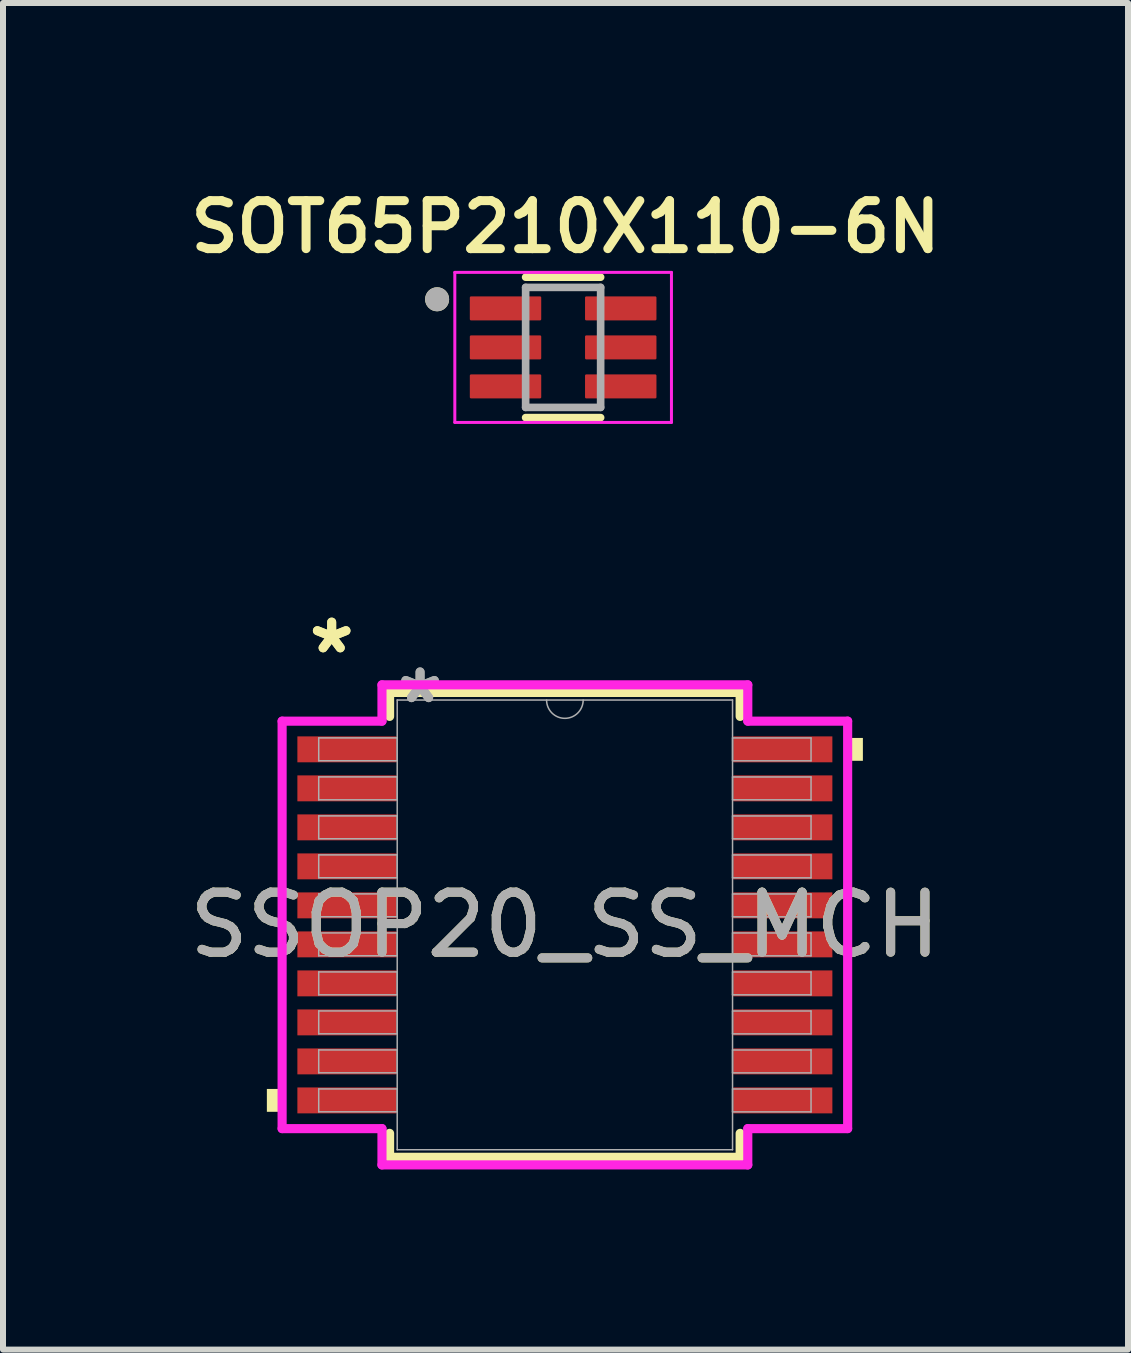
<source format=kicad_pcb>
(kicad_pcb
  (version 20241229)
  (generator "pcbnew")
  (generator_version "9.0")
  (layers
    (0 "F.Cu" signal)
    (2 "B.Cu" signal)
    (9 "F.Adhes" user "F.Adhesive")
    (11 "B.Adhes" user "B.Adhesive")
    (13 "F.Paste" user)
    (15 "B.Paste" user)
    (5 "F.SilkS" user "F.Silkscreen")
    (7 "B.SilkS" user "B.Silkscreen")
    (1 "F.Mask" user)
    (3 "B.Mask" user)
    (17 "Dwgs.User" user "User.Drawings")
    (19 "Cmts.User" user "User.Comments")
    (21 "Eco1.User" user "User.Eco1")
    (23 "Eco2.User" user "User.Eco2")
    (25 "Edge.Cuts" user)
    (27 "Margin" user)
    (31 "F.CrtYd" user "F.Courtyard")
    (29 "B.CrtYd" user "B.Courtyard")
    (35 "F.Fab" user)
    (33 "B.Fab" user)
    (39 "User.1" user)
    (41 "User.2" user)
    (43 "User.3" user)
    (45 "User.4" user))
  (footprint "SSOP20_SS_MCH"
    (layer "F.Cu")
    (at 6.363 12.362)
    (property "Reference" "SSOP20_SS_MCH" (at 0 0 0) (unlocked yes) (layer "F.SilkS") (effects (font (size 1 1) (thickness 0.15))))
    (attr smd)
    (fp_line (start -2.921 -3.873) (end -2.921 -3.474) (stroke (width 0.152) (type solid)) (layer "F.SilkS"))
    (fp_line (start -2.921 3.474) (end -2.921 3.873) (stroke (width 0.152) (type solid)) (layer "F.SilkS"))
    (fp_line (start -2.921 3.873) (end 2.921 3.873) (stroke (width 0.152) (type solid)) (layer "F.SilkS"))
    (fp_line (start 2.921 -3.873) (end -2.921 -3.873) (stroke (width 0.152) (type solid)) (layer "F.SilkS"))
    (fp_line (start 2.921 -3.474) (end 2.921 -3.873) (stroke (width 0.152) (type solid)) (layer "F.SilkS"))
    (fp_line (start 2.921 3.873) (end 2.921 3.474) (stroke (width 0.152) (type solid)) (layer "F.SilkS"))
    (fp_poly (pts (xy -4.966 2.734) (xy -4.966 3.115) (xy -4.712 3.115) (xy -4.712 2.734)) (stroke (width 0) (type solid)) (fill yes) (layer "F.SilkS"))
    (fp_poly (pts (xy 4.966 -3.115) (xy 4.966 -2.734) (xy 4.712 -2.734) (xy 4.712 -3.115)) (stroke (width 0) (type solid)) (fill yes) (layer "F.SilkS"))
    (fp_line (start -4.712 -3.395) (end -3.048 -3.395) (stroke (width 0.152) (type solid)) (layer "F.CrtYd"))
    (fp_line (start -4.712 3.395) (end -4.712 -3.395) (stroke (width 0.152) (type solid)) (layer "F.CrtYd"))
    (fp_line (start -4.712 3.395) (end -3.048 3.395) (stroke (width 0.152) (type solid)) (layer "F.CrtYd"))
    (fp_line (start -3.048 -4) (end 3.048 -4) (stroke (width 0.152) (type solid)) (layer "F.CrtYd"))
    (fp_line (start -3.048 -3.395) (end -3.048 -4) (stroke (width 0.152) (type solid)) (layer "F.CrtYd"))
    (fp_line (start -3.048 4) (end -3.048 3.395) (stroke (width 0.152) (type solid)) (layer "F.CrtYd"))
    (fp_line (start 3.048 -4) (end 3.048 -3.395) (stroke (width 0.152) (type solid)) (layer "F.CrtYd"))
    (fp_line (start 3.048 3.395) (end 3.048 4) (stroke (width 0.152) (type solid)) (layer "F.CrtYd"))
    (fp_line (start 3.048 4) (end -3.048 4) (stroke (width 0.152) (type solid)) (layer "F.CrtYd"))
    (fp_line (start 4.712 -3.395) (end 3.048 -3.395) (stroke (width 0.152) (type solid)) (layer "F.CrtYd"))
    (fp_line (start 4.712 -3.395) (end 4.712 3.395) (stroke (width 0.152) (type solid)) (layer "F.CrtYd"))
    (fp_line (start 4.712 3.395) (end 3.048 3.395) (stroke (width 0.152) (type solid)) (layer "F.CrtYd"))
    (fp_line (start -4.102 -3.116) (end -4.102 -2.735) (stroke (width 0.025) (type solid)) (layer "F.Fab"))
    (fp_line (start -4.102 -2.735) (end -2.794 -2.735) (stroke (width 0.025) (type solid)) (layer "F.Fab"))
    (fp_line (start -4.102 -2.466) (end -4.102 -2.084) (stroke (width 0.025) (type solid)) (layer "F.Fab"))
    (fp_line (start -4.102 -2.084) (end -2.794 -2.084) (stroke (width 0.025) (type solid)) (layer "F.Fab"))
    (fp_line (start -4.102 -1.816) (end -4.102 -1.435) (stroke (width 0.025) (type solid)) (layer "F.Fab"))
    (fp_line (start -4.102 -1.435) (end -2.794 -1.435) (stroke (width 0.025) (type solid)) (layer "F.Fab"))
    (fp_line (start -4.102 -1.166) (end -4.102 -0.785) (stroke (width 0.025) (type solid)) (layer "F.Fab"))
    (fp_line (start -4.102 -0.785) (end -2.794 -0.785) (stroke (width 0.025) (type solid)) (layer "F.Fab"))
    (fp_line (start -4.102 -0.516) (end -4.102 -0.135) (stroke (width 0.025) (type solid)) (layer "F.Fab"))
    (fp_line (start -4.102 -0.135) (end -2.794 -0.135) (stroke (width 0.025) (type solid)) (layer "F.Fab"))
    (fp_line (start -4.102 0.134) (end -4.102 0.515) (stroke (width 0.025) (type solid)) (layer "F.Fab"))
    (fp_line (start -4.102 0.515) (end -2.794 0.515) (stroke (width 0.025) (type solid)) (layer "F.Fab"))
    (fp_line (start -4.102 0.784) (end -4.102 1.165) (stroke (width 0.025) (type solid)) (layer "F.Fab"))
    (fp_line (start -4.102 1.165) (end -2.794 1.165) (stroke (width 0.025) (type solid)) (layer "F.Fab"))
    (fp_line (start -4.102 1.434) (end -4.102 1.815) (stroke (width 0.025) (type solid)) (layer "F.Fab"))
    (fp_line (start -4.102 1.815) (end -2.794 1.815) (stroke (width 0.025) (type solid)) (layer "F.Fab"))
    (fp_line (start -4.102 2.084) (end -4.102 2.465) (stroke (width 0.025) (type solid)) (layer "F.Fab"))
    (fp_line (start -4.102 2.465) (end -2.794 2.465) (stroke (width 0.025) (type solid)) (layer "F.Fab"))
    (fp_line (start -4.102 2.734) (end -4.102 3.115) (stroke (width 0.025) (type solid)) (layer "F.Fab"))
    (fp_line (start -4.102 3.115) (end -2.794 3.115) (stroke (width 0.025) (type solid)) (layer "F.Fab"))
    (fp_line (start -2.794 -3.747) (end -2.794 3.747) (stroke (width 0.025) (type solid)) (layer "F.Fab"))
    (fp_line (start -2.794 -3.116) (end -4.102 -3.116) (stroke (width 0.025) (type solid)) (layer "F.Fab"))
    (fp_line (start -2.794 -2.735) (end -2.794 -3.116) (stroke (width 0.025) (type solid)) (layer "F.Fab"))
    (fp_line (start -2.794 -2.466) (end -4.102 -2.466) (stroke (width 0.025) (type solid)) (layer "F.Fab"))
    (fp_line (start -2.794 -2.084) (end -2.794 -2.466) (stroke (width 0.025) (type solid)) (layer "F.Fab"))
    (fp_line (start -2.794 -1.816) (end -4.102 -1.816) (stroke (width 0.025) (type solid)) (layer "F.Fab"))
    (fp_line (start -2.794 -1.435) (end -2.794 -1.816) (stroke (width 0.025) (type solid)) (layer "F.Fab"))
    (fp_line (start -2.794 -1.166) (end -4.102 -1.166) (stroke (width 0.025) (type solid)) (layer "F.Fab"))
    (fp_line (start -2.794 -0.785) (end -2.794 -1.166) (stroke (width 0.025) (type solid)) (layer "F.Fab"))
    (fp_line (start -2.794 -0.516) (end -4.102 -0.516) (stroke (width 0.025) (type solid)) (layer "F.Fab"))
    (fp_line (start -2.794 -0.135) (end -2.794 -0.516) (stroke (width 0.025) (type solid)) (layer "F.Fab"))
    (fp_line (start -2.794 0.134) (end -4.102 0.134) (stroke (width 0.025) (type solid)) (layer "F.Fab"))
    (fp_line (start -2.794 0.515) (end -2.794 0.134) (stroke (width 0.025) (type solid)) (layer "F.Fab"))
    (fp_line (start -2.794 0.784) (end -4.102 0.784) (stroke (width 0.025) (type solid)) (layer "F.Fab"))
    (fp_line (start -2.794 1.165) (end -2.794 0.784) (stroke (width 0.025) (type solid)) (layer "F.Fab"))
    (fp_line (start -2.794 1.434) (end -4.102 1.434) (stroke (width 0.025) (type solid)) (layer "F.Fab"))
    (fp_line (start -2.794 1.815) (end -2.794 1.434) (stroke (width 0.025) (type solid)) (layer "F.Fab"))
    (fp_line (start -2.794 2.084) (end -4.102 2.084) (stroke (width 0.025) (type solid)) (layer "F.Fab"))
    (fp_line (start -2.794 2.465) (end -2.794 2.084) (stroke (width 0.025) (type solid)) (layer "F.Fab"))
    (fp_line (start -2.794 2.734) (end -4.102 2.734) (stroke (width 0.025) (type solid)) (layer "F.Fab"))
    (fp_line (start -2.794 3.115) (end -2.794 2.734) (stroke (width 0.025) (type solid)) (layer "F.Fab"))
    (fp_line (start -2.794 3.747) (end 2.794 3.747) (stroke (width 0.025) (type solid)) (layer "F.Fab"))
    (fp_line (start 2.794 -3.747) (end -2.794 -3.747) (stroke (width 0.025) (type solid)) (layer "F.Fab"))
    (fp_line (start 2.794 -3.115) (end 2.794 -2.734) (stroke (width 0.025) (type solid)) (layer "F.Fab"))
    (fp_line (start 2.794 -2.734) (end 4.102 -2.734) (stroke (width 0.025) (type solid)) (layer "F.Fab"))
    (fp_line (start 2.794 -2.465) (end 2.794 -2.084) (stroke (width 0.025) (type solid)) (layer "F.Fab"))
    (fp_line (start 2.794 -2.084) (end 4.102 -2.084) (stroke (width 0.025) (type solid)) (layer "F.Fab"))
    (fp_line (start 2.794 -1.815) (end 2.794 -1.434) (stroke (width 0.025) (type solid)) (layer "F.Fab"))
    (fp_line (start 2.794 -1.434) (end 4.102 -1.434) (stroke (width 0.025) (type solid)) (layer "F.Fab"))
    (fp_line (start 2.794 -1.165) (end 2.794 -0.784) (stroke (width 0.025) (type solid)) (layer "F.Fab"))
    (fp_line (start 2.794 -0.784) (end 4.102 -0.784) (stroke (width 0.025) (type solid)) (layer "F.Fab"))
    (fp_line (start 2.794 -0.515) (end 2.794 -0.134) (stroke (width 0.025) (type solid)) (layer "F.Fab"))
    (fp_line (start 2.794 -0.134) (end 4.102 -0.134) (stroke (width 0.025) (type solid)) (layer "F.Fab"))
    (fp_line (start 2.794 0.135) (end 2.794 0.516) (stroke (width 0.025) (type solid)) (layer "F.Fab"))
    (fp_line (start 2.794 0.516) (end 4.102 0.516) (stroke (width 0.025) (type solid)) (layer "F.Fab"))
    (fp_line (start 2.794 0.785) (end 2.794 1.166) (stroke (width 0.025) (type solid)) (layer "F.Fab"))
    (fp_line (start 2.794 1.166) (end 4.102 1.166) (stroke (width 0.025) (type solid)) (layer "F.Fab"))
    (fp_line (start 2.794 1.435) (end 2.794 1.816) (stroke (width 0.025) (type solid)) (layer "F.Fab"))
    (fp_line (start 2.794 1.816) (end 4.102 1.816) (stroke (width 0.025) (type solid)) (layer "F.Fab"))
    (fp_line (start 2.794 2.085) (end 2.794 2.466) (stroke (width 0.025) (type solid)) (layer "F.Fab"))
    (fp_line (start 2.794 2.466) (end 4.102 2.466) (stroke (width 0.025) (type solid)) (layer "F.Fab"))
    (fp_line (start 2.794 2.735) (end 2.794 3.116) (stroke (width 0.025) (type solid)) (layer "F.Fab"))
    (fp_line (start 2.794 3.116) (end 4.102 3.116) (stroke (width 0.025) (type solid)) (layer "F.Fab"))
    (fp_line (start 2.794 3.747) (end 2.794 -3.747) (stroke (width 0.025) (type solid)) (layer "F.Fab"))
    (fp_line (start 4.102 -3.115) (end 2.794 -3.115) (stroke (width 0.025) (type solid)) (layer "F.Fab"))
    (fp_line (start 4.102 -2.734) (end 4.102 -3.115) (stroke (width 0.025) (type solid)) (layer "F.Fab"))
    (fp_line (start 4.102 -2.465) (end 2.794 -2.465) (stroke (width 0.025) (type solid)) (layer "F.Fab"))
    (fp_line (start 4.102 -2.084) (end 4.102 -2.465) (stroke (width 0.025) (type solid)) (layer "F.Fab"))
    (fp_line (start 4.102 -1.815) (end 2.794 -1.815) (stroke (width 0.025) (type solid)) (layer "F.Fab"))
    (fp_line (start 4.102 -1.434) (end 4.102 -1.815) (stroke (width 0.025) (type solid)) (layer "F.Fab"))
    (fp_line (start 4.102 -1.165) (end 2.794 -1.165) (stroke (width 0.025) (type solid)) (layer "F.Fab"))
    (fp_line (start 4.102 -0.784) (end 4.102 -1.165) (stroke (width 0.025) (type solid)) (layer "F.Fab"))
    (fp_line (start 4.102 -0.515) (end 2.794 -0.515) (stroke (width 0.025) (type solid)) (layer "F.Fab"))
    (fp_line (start 4.102 -0.134) (end 4.102 -0.515) (stroke (width 0.025) (type solid)) (layer "F.Fab"))
    (fp_line (start 4.102 0.135) (end 2.794 0.135) (stroke (width 0.025) (type solid)) (layer "F.Fab"))
    (fp_line (start 4.102 0.516) (end 4.102 0.135) (stroke (width 0.025) (type solid)) (layer "F.Fab"))
    (fp_line (start 4.102 0.785) (end 2.794 0.785) (stroke (width 0.025) (type solid)) (layer "F.Fab"))
    (fp_line (start 4.102 1.166) (end 4.102 0.785) (stroke (width 0.025) (type solid)) (layer "F.Fab"))
    (fp_line (start 4.102 1.435) (end 2.794 1.435) (stroke (width 0.025) (type solid)) (layer "F.Fab"))
    (fp_line (start 4.102 1.816) (end 4.102 1.435) (stroke (width 0.025) (type solid)) (layer "F.Fab"))
    (fp_line (start 4.102 2.085) (end 2.794 2.085) (stroke (width 0.025) (type solid)) (layer "F.Fab"))
    (fp_line (start 4.102 2.466) (end 4.102 2.085) (stroke (width 0.025) (type solid)) (layer "F.Fab"))
    (fp_line (start 4.102 2.735) (end 2.794 2.735) (stroke (width 0.025) (type solid)) (layer "F.Fab"))
    (fp_line (start 4.102 3.116) (end 4.102 2.735) (stroke (width 0.025) (type solid)) (layer "F.Fab"))
    (fp_arc (start 0.3048 -3.7465) (mid 0 -3.4417) (end -0.3048 -3.7465) (stroke (width 0.0254) (type solid)) (layer "F.Fab"))
    (fp_text user "*" (at -3.886 -4.5 0) (layer "F.SilkS") (effects (font (size 1 1) (thickness 0.15))))
    (fp_text user "*" (at -3.886 -4.5 0) (unlocked yes) (layer "F.SilkS") (effects (font (size 1 1) (thickness 0.15))))
    (fp_text user "${REFERENCE}" (at 0 0 0) (unlocked yes) (layer "F.Fab") (effects (font (size 1 1) (thickness 0.15))))
    (fp_text user "*" (at -2.413 -3.67 0) (unlocked yes) (layer "F.Fab") (effects (font (size 1 1) (thickness 0.15))))
    (fp_text user "*" (at -2.413 -3.67 0) (layer "F.Fab") (effects (font (size 1 1) (thickness 0.15))))
    (pad "1" smd rect (at -3.632 -2.925) (size 1.651 0.432) (layers "F.Cu" "F.Mask" "F.Paste"))
    (pad "2" smd rect (at -3.632 -2.275) (size 1.651 0.432) (layers "F.Cu" "F.Mask" "F.Paste"))
    (pad "3" smd rect (at -3.632 -1.625) (size 1.651 0.432) (layers "F.Cu" "F.Mask" "F.Paste"))
    (pad "4" smd rect (at -3.632 -0.975) (size 1.651 0.432) (layers "F.Cu" "F.Mask" "F.Paste"))
    (pad "5" smd rect (at -3.632 -0.325) (size 1.651 0.432) (layers "F.Cu" "F.Mask" "F.Paste"))
    (pad "6" smd rect (at -3.632 0.325) (size 1.651 0.432) (layers "F.Cu" "F.Mask" "F.Paste"))
    (pad "7" smd rect (at -3.632 0.975) (size 1.651 0.432) (layers "F.Cu" "F.Mask" "F.Paste"))
    (pad "8" smd rect (at -3.632 1.625) (size 1.651 0.432) (layers "F.Cu" "F.Mask" "F.Paste"))
    (pad "9" smd rect (at -3.632 2.275) (size 1.651 0.432) (layers "F.Cu" "F.Mask" "F.Paste"))
    (pad "10" smd rect (at -3.632 2.925) (size 1.651 0.432) (layers "F.Cu" "F.Mask" "F.Paste"))
    (pad "11" smd rect (at 3.632 2.925) (size 1.651 0.432) (layers "F.Cu" "F.Mask" "F.Paste"))
    (pad "12" smd rect (at 3.632 2.275) (size 1.651 0.432) (layers "F.Cu" "F.Mask" "F.Paste"))
    (pad "13" smd rect (at 3.632 1.625) (size 1.651 0.432) (layers "F.Cu" "F.Mask" "F.Paste"))
    (pad "14" smd rect (at 3.632 0.975) (size 1.651 0.432) (layers "F.Cu" "F.Mask" "F.Paste"))
    (pad "15" smd rect (at 3.632 0.325) (size 1.651 0.432) (layers "F.Cu" "F.Mask" "F.Paste"))
    (pad "16" smd rect (at 3.632 -0.325) (size 1.651 0.432) (layers "F.Cu" "F.Mask" "F.Paste"))
    (pad "17" smd rect (at 3.632 -0.975) (size 1.651 0.432) (layers "F.Cu" "F.Mask" "F.Paste"))
    (pad "18" smd rect (at 3.632 -1.625) (size 1.651 0.432) (layers "F.Cu" "F.Mask" "F.Paste"))
    (pad "19" smd rect (at 3.632 -2.275) (size 1.651 0.432) (layers "F.Cu" "F.Mask" "F.Paste"))
    (pad "20" smd rect (at 3.632 -2.925) (size 1.651 0.432) (layers "F.Cu" "F.Mask" "F.Paste")))
  (footprint "SOT65P210X110-6N"
    (layer "F.Cu")
    (at 6.334 2.739)
    (property "Reference" "SOT65P210X110-6N" (at 0.04 -2.008 0) (layer "F.SilkS") (effects (font (size 0.8 0.8) (thickness 0.15))))
    (attr smd)
    (fp_line (start -0.625 -1.17) (end 0.625 -1.17) (stroke (width 0.127) (type solid)) (layer "F.SilkS"))
    (fp_line (start -0.625 1.17) (end 0.625 1.17) (stroke (width 0.127) (type solid)) (layer "F.SilkS"))
    (fp_circle (center -2.1 -0.802) (end -2 -0.802) (stroke (width 0.2) (type solid)) (fill no) (layer "F.SilkS"))
    (fp_line (start -1.805 -1.25) (end -1.805 1.25) (stroke (width 0.05) (type solid)) (layer "F.CrtYd"))
    (fp_line (start -1.805 1.25) (end 1.805 1.25) (stroke (width 0.05) (type solid)) (layer "F.CrtYd"))
    (fp_line (start 1.805 -1.25) (end -1.805 -1.25) (stroke (width 0.05) (type solid)) (layer "F.CrtYd"))
    (fp_line (start 1.805 1.25) (end 1.805 -1.25) (stroke (width 0.05) (type solid)) (layer "F.CrtYd"))
    (fp_line (start -0.625 -1) (end -0.625 1) (stroke (width 0.127) (type solid)) (layer "F.Fab"))
    (fp_line (start -0.625 1) (end 0.625 1) (stroke (width 0.127) (type solid)) (layer "F.Fab"))
    (fp_line (start 0.625 -1) (end -0.625 -1) (stroke (width 0.127) (type solid)) (layer "F.Fab"))
    (fp_line (start 0.625 1) (end 0.625 -1) (stroke (width 0.127) (type solid)) (layer "F.Fab"))
    (fp_circle (center -2.1 -0.802) (end -2 -0.802) (stroke (width 0.2) (type solid)) (fill no) (layer "F.Fab"))
    (pad "1" smd roundrect (at -0.96 -0.65) (size 1.19 0.4) (layers "F.Cu" "F.Mask" "F.Paste") (roundrect_rratio 0.05))
    (pad "2" smd roundrect (at -0.96 0) (size 1.19 0.4) (layers "F.Cu" "F.Mask" "F.Paste") (roundrect_rratio 0.05))
    (pad "3" smd roundrect (at -0.96 0.65) (size 1.19 0.4) (layers "F.Cu" "F.Mask" "F.Paste") (roundrect_rratio 0.05))
    (pad "4" smd roundrect (at 0.96 0.65 180) (size 1.19 0.4) (layers "F.Cu" "F.Mask" "F.Paste") (roundrect_rratio 0.05))
    (pad "5" smd roundrect (at 0.96 0 180) (size 1.19 0.4) (layers "F.Cu" "F.Mask" "F.Paste") (roundrect_rratio 0.05))
    (pad "6" smd roundrect (at 0.96 -0.65 180) (size 1.19 0.4) (layers "F.Cu" "F.Mask" "F.Paste") (roundrect_rratio 0.05)))
  (gr_rect
    (start -3 -3)
    (end 15.747 19.439)
    (stroke (width 0.1) (type default))
    (fill no)
    (layer "Edge.Cuts")))
</source>
